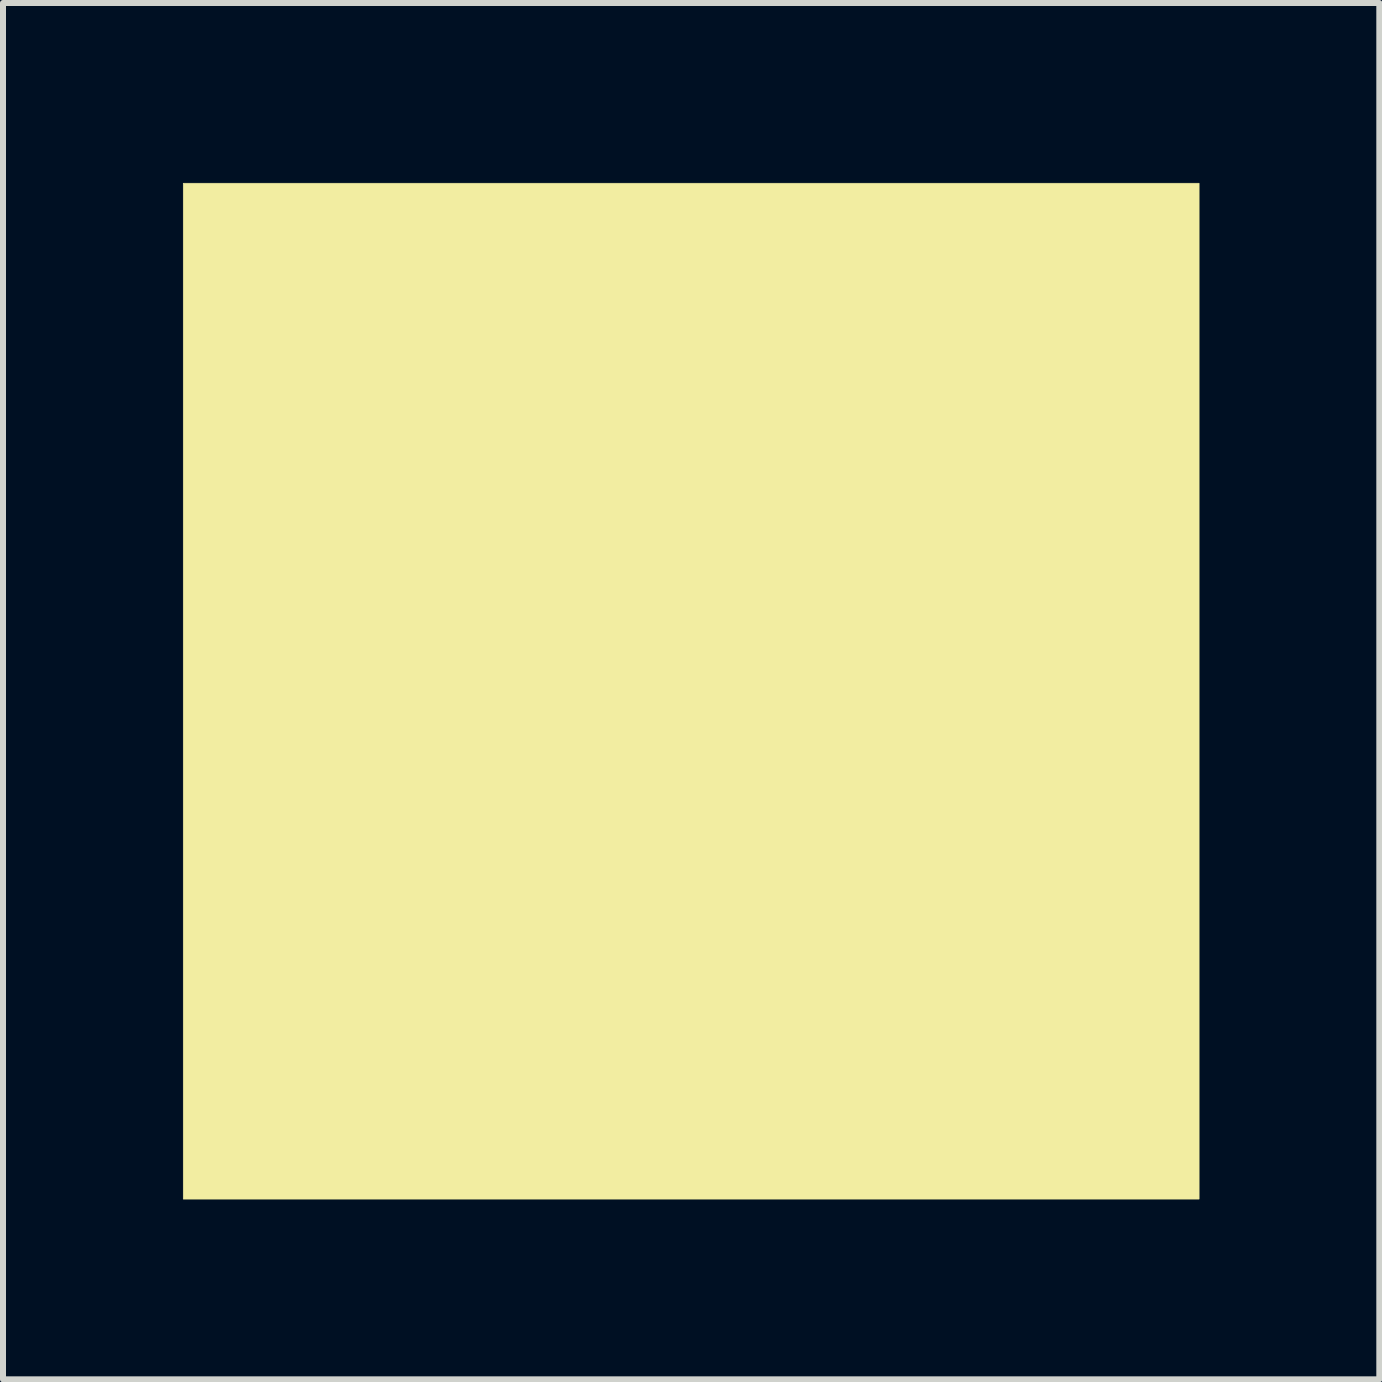
<source format=kicad_pcb>
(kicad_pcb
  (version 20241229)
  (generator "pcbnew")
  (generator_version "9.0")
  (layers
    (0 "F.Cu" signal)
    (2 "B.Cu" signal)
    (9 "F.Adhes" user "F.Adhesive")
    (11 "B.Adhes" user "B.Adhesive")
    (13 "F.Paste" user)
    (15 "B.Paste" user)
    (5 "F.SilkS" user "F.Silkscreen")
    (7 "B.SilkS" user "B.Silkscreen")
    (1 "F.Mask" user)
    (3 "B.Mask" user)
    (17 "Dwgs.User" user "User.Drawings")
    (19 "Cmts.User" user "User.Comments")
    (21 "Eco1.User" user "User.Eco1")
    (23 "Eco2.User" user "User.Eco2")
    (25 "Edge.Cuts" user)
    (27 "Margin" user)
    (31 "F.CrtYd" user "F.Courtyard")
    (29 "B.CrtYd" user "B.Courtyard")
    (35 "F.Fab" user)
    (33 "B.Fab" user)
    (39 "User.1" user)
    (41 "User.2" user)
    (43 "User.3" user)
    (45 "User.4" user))
  (footprint "logo"
    (layer "F.Cu")
    (at 8.472 8.472)
    (property "Reference" "logo" (at 0 0 0) (layer "F.SilkS") (effects (font (size 1.524 1.524) (thickness 0.3))))
    (attr through_hole)
    (fp_poly (pts (xy 8.467 8.467) (xy -8.467 8.467) (xy -8.467 -8.467) (xy 8.467 -8.467) (xy 8.467 8.467)) (stroke (width 0.01) (type solid)) (fill yes) (layer "F.SilkS")))
  (gr_rect
    (start -3 -3)
    (end 19.943 19.943)
    (stroke (width 0.1) (type default))
    (fill no)
    (layer "Edge.Cuts")))
</source>
